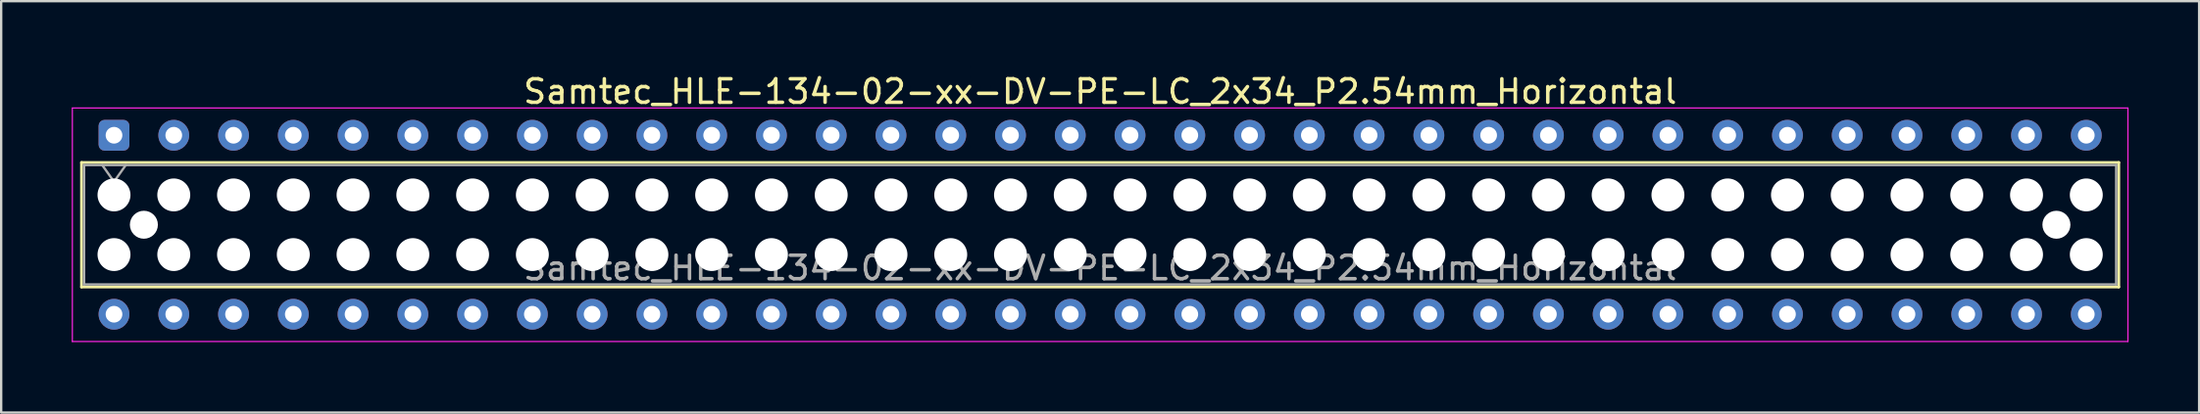
<source format=kicad_pcb>
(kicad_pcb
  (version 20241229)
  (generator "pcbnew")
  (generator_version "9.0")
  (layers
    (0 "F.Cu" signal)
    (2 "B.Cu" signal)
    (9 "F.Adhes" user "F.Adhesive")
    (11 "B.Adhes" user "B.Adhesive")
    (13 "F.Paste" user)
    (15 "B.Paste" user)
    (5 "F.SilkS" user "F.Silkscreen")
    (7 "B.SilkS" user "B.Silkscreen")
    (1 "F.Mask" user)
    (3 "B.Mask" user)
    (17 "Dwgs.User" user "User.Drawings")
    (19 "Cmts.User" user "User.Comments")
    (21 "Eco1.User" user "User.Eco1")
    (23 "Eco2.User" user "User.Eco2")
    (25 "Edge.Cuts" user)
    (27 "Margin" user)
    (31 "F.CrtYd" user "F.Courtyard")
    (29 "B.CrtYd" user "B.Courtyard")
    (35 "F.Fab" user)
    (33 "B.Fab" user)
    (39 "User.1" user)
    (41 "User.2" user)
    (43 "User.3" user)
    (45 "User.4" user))
  (footprint "Samtec_HLE-134-02-xx-DV-PE-LC_2x34_P2.54mm_Horizontal"
    (layer "F.Cu")
    (at 1.795 2.708)
    (property "Reference" "Samtec_HLE-134-02-xx-DV-PE-LC_2x34_P2.54mm_Horizontal" (at 41.91 -1.86 0) (layer "F.SilkS") (effects (font (size 1 1) (thickness 0.15))))
    (attr through_hole)
    (fp_line (start -1.38 1.16) (end 85.2 1.16) (stroke (width 0.12) (type solid)) (layer "F.SilkS"))
    (fp_line (start -1.38 6.46) (end -1.38 1.16) (stroke (width 0.12) (type solid)) (layer "F.SilkS"))
    (fp_line (start 85.2 1.16) (end 85.2 6.46) (stroke (width 0.12) (type solid)) (layer "F.SilkS"))
    (fp_line (start 85.2 6.46) (end -1.38 6.46) (stroke (width 0.12) (type solid)) (layer "F.SilkS"))
    (fp_line (start -1.77 -1.16) (end 85.59 -1.16) (stroke (width 0.05) (type solid)) (layer "F.CrtYd"))
    (fp_line (start -1.77 8.78) (end -1.77 -1.16) (stroke (width 0.05) (type solid)) (layer "F.CrtYd"))
    (fp_line (start 85.59 -1.16) (end 85.59 8.78) (stroke (width 0.05) (type solid)) (layer "F.CrtYd"))
    (fp_line (start 85.59 8.78) (end -1.77 8.78) (stroke (width 0.05) (type solid)) (layer "F.CrtYd"))
    (fp_line (start -1.27 1.27) (end 85.09 1.27) (stroke (width 0.1) (type solid)) (layer "F.Fab"))
    (fp_line (start -1.27 6.35) (end -1.27 1.27) (stroke (width 0.1) (type solid)) (layer "F.Fab"))
    (fp_line (start -0.5 1.27) (end 0 1.977) (stroke (width 0.1) (type solid)) (layer "F.Fab"))
    (fp_line (start 0 1.977) (end 0.5 1.27) (stroke (width 0.1) (type solid)) (layer "F.Fab"))
    (fp_line (start 85.09 1.27) (end 85.09 6.35) (stroke (width 0.1) (type solid)) (layer "F.Fab"))
    (fp_line (start 85.09 6.35) (end -1.27 6.35) (stroke (width 0.1) (type solid)) (layer "F.Fab"))
    (fp_text user "${REFERENCE}" (at 41.91 5.65 0) (layer "F.Fab") (effects (font (size 1 1) (thickness 0.15))))
    (pad "" np_thru_hole circle (at 0 2.54) (size 1.4 1.4) (drill 1.4) (layers "*.Cu" "*.Mask"))
    (pad "" np_thru_hole circle (at 0 5.08) (size 1.4 1.4) (drill 1.4) (layers "*.Cu" "*.Mask"))
    (pad "" np_thru_hole circle (at 1.27 3.81) (size 1.19 1.19) (drill 1.19) (layers "*.Cu" "*.Mask"))
    (pad "" np_thru_hole circle (at 2.54 2.54) (size 1.4 1.4) (drill 1.4) (layers "*.Cu" "*.Mask"))
    (pad "" np_thru_hole circle (at 2.54 5.08) (size 1.4 1.4) (drill 1.4) (layers "*.Cu" "*.Mask"))
    (pad "" np_thru_hole circle (at 5.08 2.54) (size 1.4 1.4) (drill 1.4) (layers "*.Cu" "*.Mask"))
    (pad "" np_thru_hole circle (at 5.08 5.08) (size 1.4 1.4) (drill 1.4) (layers "*.Cu" "*.Mask"))
    (pad "" np_thru_hole circle (at 7.62 2.54) (size 1.4 1.4) (drill 1.4) (layers "*.Cu" "*.Mask"))
    (pad "" np_thru_hole circle (at 7.62 5.08) (size 1.4 1.4) (drill 1.4) (layers "*.Cu" "*.Mask"))
    (pad "" np_thru_hole circle (at 10.16 2.54) (size 1.4 1.4) (drill 1.4) (layers "*.Cu" "*.Mask"))
    (pad "" np_thru_hole circle (at 10.16 5.08) (size 1.4 1.4) (drill 1.4) (layers "*.Cu" "*.Mask"))
    (pad "" np_thru_hole circle (at 12.7 2.54) (size 1.4 1.4) (drill 1.4) (layers "*.Cu" "*.Mask"))
    (pad "" np_thru_hole circle (at 12.7 5.08) (size 1.4 1.4) (drill 1.4) (layers "*.Cu" "*.Mask"))
    (pad "" np_thru_hole circle (at 15.24 2.54) (size 1.4 1.4) (drill 1.4) (layers "*.Cu" "*.Mask"))
    (pad "" np_thru_hole circle (at 15.24 5.08) (size 1.4 1.4) (drill 1.4) (layers "*.Cu" "*.Mask"))
    (pad "" np_thru_hole circle (at 17.78 2.54) (size 1.4 1.4) (drill 1.4) (layers "*.Cu" "*.Mask"))
    (pad "" np_thru_hole circle (at 17.78 5.08) (size 1.4 1.4) (drill 1.4) (layers "*.Cu" "*.Mask"))
    (pad "" np_thru_hole circle (at 20.32 2.54) (size 1.4 1.4) (drill 1.4) (layers "*.Cu" "*.Mask"))
    (pad "" np_thru_hole circle (at 20.32 5.08) (size 1.4 1.4) (drill 1.4) (layers "*.Cu" "*.Mask"))
    (pad "" np_thru_hole circle (at 22.86 2.54) (size 1.4 1.4) (drill 1.4) (layers "*.Cu" "*.Mask"))
    (pad "" np_thru_hole circle (at 22.86 5.08) (size 1.4 1.4) (drill 1.4) (layers "*.Cu" "*.Mask"))
    (pad "" np_thru_hole circle (at 25.4 2.54) (size 1.4 1.4) (drill 1.4) (layers "*.Cu" "*.Mask"))
    (pad "" np_thru_hole circle (at 25.4 5.08) (size 1.4 1.4) (drill 1.4) (layers "*.Cu" "*.Mask"))
    (pad "" np_thru_hole circle (at 27.94 2.54) (size 1.4 1.4) (drill 1.4) (layers "*.Cu" "*.Mask"))
    (pad "" np_thru_hole circle (at 27.94 5.08) (size 1.4 1.4) (drill 1.4) (layers "*.Cu" "*.Mask"))
    (pad "" np_thru_hole circle (at 30.48 2.54) (size 1.4 1.4) (drill 1.4) (layers "*.Cu" "*.Mask"))
    (pad "" np_thru_hole circle (at 30.48 5.08) (size 1.4 1.4) (drill 1.4) (layers "*.Cu" "*.Mask"))
    (pad "" np_thru_hole circle (at 33.02 2.54) (size 1.4 1.4) (drill 1.4) (layers "*.Cu" "*.Mask"))
    (pad "" np_thru_hole circle (at 33.02 5.08) (size 1.4 1.4) (drill 1.4) (layers "*.Cu" "*.Mask"))
    (pad "" np_thru_hole circle (at 35.56 2.54) (size 1.4 1.4) (drill 1.4) (layers "*.Cu" "*.Mask"))
    (pad "" np_thru_hole circle (at 35.56 5.08) (size 1.4 1.4) (drill 1.4) (layers "*.Cu" "*.Mask"))
    (pad "" np_thru_hole circle (at 38.1 2.54) (size 1.4 1.4) (drill 1.4) (layers "*.Cu" "*.Mask"))
    (pad "" np_thru_hole circle (at 38.1 5.08) (size 1.4 1.4) (drill 1.4) (layers "*.Cu" "*.Mask"))
    (pad "" np_thru_hole circle (at 40.64 2.54) (size 1.4 1.4) (drill 1.4) (layers "*.Cu" "*.Mask"))
    (pad "" np_thru_hole circle (at 40.64 5.08) (size 1.4 1.4) (drill 1.4) (layers "*.Cu" "*.Mask"))
    (pad "" np_thru_hole circle (at 43.18 2.54) (size 1.4 1.4) (drill 1.4) (layers "*.Cu" "*.Mask"))
    (pad "" np_thru_hole circle (at 43.18 5.08) (size 1.4 1.4) (drill 1.4) (layers "*.Cu" "*.Mask"))
    (pad "" np_thru_hole circle (at 45.72 2.54) (size 1.4 1.4) (drill 1.4) (layers "*.Cu" "*.Mask"))
    (pad "" np_thru_hole circle (at 45.72 5.08) (size 1.4 1.4) (drill 1.4) (layers "*.Cu" "*.Mask"))
    (pad "" np_thru_hole circle (at 48.26 2.54) (size 1.4 1.4) (drill 1.4) (layers "*.Cu" "*.Mask"))
    (pad "" np_thru_hole circle (at 48.26 5.08) (size 1.4 1.4) (drill 1.4) (layers "*.Cu" "*.Mask"))
    (pad "" np_thru_hole circle (at 50.8 2.54) (size 1.4 1.4) (drill 1.4) (layers "*.Cu" "*.Mask"))
    (pad "" np_thru_hole circle (at 50.8 5.08) (size 1.4 1.4) (drill 1.4) (layers "*.Cu" "*.Mask"))
    (pad "" np_thru_hole circle (at 53.34 2.54) (size 1.4 1.4) (drill 1.4) (layers "*.Cu" "*.Mask"))
    (pad "" np_thru_hole circle (at 53.34 5.08) (size 1.4 1.4) (drill 1.4) (layers "*.Cu" "*.Mask"))
    (pad "" np_thru_hole circle (at 55.88 2.54) (size 1.4 1.4) (drill 1.4) (layers "*.Cu" "*.Mask"))
    (pad "" np_thru_hole circle (at 55.88 5.08) (size 1.4 1.4) (drill 1.4) (layers "*.Cu" "*.Mask"))
    (pad "" np_thru_hole circle (at 58.42 2.54) (size 1.4 1.4) (drill 1.4) (layers "*.Cu" "*.Mask"))
    (pad "" np_thru_hole circle (at 58.42 5.08) (size 1.4 1.4) (drill 1.4) (layers "*.Cu" "*.Mask"))
    (pad "" np_thru_hole circle (at 60.96 2.54) (size 1.4 1.4) (drill 1.4) (layers "*.Cu" "*.Mask"))
    (pad "" np_thru_hole circle (at 60.96 5.08) (size 1.4 1.4) (drill 1.4) (layers "*.Cu" "*.Mask"))
    (pad "" np_thru_hole circle (at 63.5 2.54) (size 1.4 1.4) (drill 1.4) (layers "*.Cu" "*.Mask"))
    (pad "" np_thru_hole circle (at 63.5 5.08) (size 1.4 1.4) (drill 1.4) (layers "*.Cu" "*.Mask"))
    (pad "" np_thru_hole circle (at 66.04 2.54) (size 1.4 1.4) (drill 1.4) (layers "*.Cu" "*.Mask"))
    (pad "" np_thru_hole circle (at 66.04 5.08) (size 1.4 1.4) (drill 1.4) (layers "*.Cu" "*.Mask"))
    (pad "" np_thru_hole circle (at 68.58 2.54) (size 1.4 1.4) (drill 1.4) (layers "*.Cu" "*.Mask"))
    (pad "" np_thru_hole circle (at 68.58 5.08) (size 1.4 1.4) (drill 1.4) (layers "*.Cu" "*.Mask"))
    (pad "" np_thru_hole circle (at 71.12 2.54) (size 1.4 1.4) (drill 1.4) (layers "*.Cu" "*.Mask"))
    (pad "" np_thru_hole circle (at 71.12 5.08) (size 1.4 1.4) (drill 1.4) (layers "*.Cu" "*.Mask"))
    (pad "" np_thru_hole circle (at 73.66 2.54) (size 1.4 1.4) (drill 1.4) (layers "*.Cu" "*.Mask"))
    (pad "" np_thru_hole circle (at 73.66 5.08) (size 1.4 1.4) (drill 1.4) (layers "*.Cu" "*.Mask"))
    (pad "" np_thru_hole circle (at 76.2 2.54) (size 1.4 1.4) (drill 1.4) (layers "*.Cu" "*.Mask"))
    (pad "" np_thru_hole circle (at 76.2 5.08) (size 1.4 1.4) (drill 1.4) (layers "*.Cu" "*.Mask"))
    (pad "" np_thru_hole circle (at 78.74 2.54) (size 1.4 1.4) (drill 1.4) (layers "*.Cu" "*.Mask"))
    (pad "" np_thru_hole circle (at 78.74 5.08) (size 1.4 1.4) (drill 1.4) (layers "*.Cu" "*.Mask"))
    (pad "" np_thru_hole circle (at 81.28 2.54) (size 1.4 1.4) (drill 1.4) (layers "*.Cu" "*.Mask"))
    (pad "" np_thru_hole circle (at 81.28 5.08) (size 1.4 1.4) (drill 1.4) (layers "*.Cu" "*.Mask"))
    (pad "" np_thru_hole circle (at 82.55 3.81) (size 1.19 1.19) (drill 1.19) (layers "*.Cu" "*.Mask"))
    (pad "" np_thru_hole circle (at 83.82 2.54) (size 1.4 1.4) (drill 1.4) (layers "*.Cu" "*.Mask"))
    (pad "" np_thru_hole circle (at 83.82 5.08) (size 1.4 1.4) (drill 1.4) (layers "*.Cu" "*.Mask"))
    (pad "1" thru_hole roundrect (at 0 0) (size 1.31 1.31) (drill 0.71) (layers "*.Cu" "*.Mask") (roundrect_rratio 0.191))
    (pad "2" thru_hole circle (at 0 7.62) (size 1.31 1.31) (drill 0.71) (layers "*.Cu" "*.Mask"))
    (pad "3" thru_hole circle (at 2.54 0) (size 1.31 1.31) (drill 0.71) (layers "*.Cu" "*.Mask"))
    (pad "4" thru_hole circle (at 2.54 7.62) (size 1.31 1.31) (drill 0.71) (layers "*.Cu" "*.Mask"))
    (pad "5" thru_hole circle (at 5.08 0) (size 1.31 1.31) (drill 0.71) (layers "*.Cu" "*.Mask"))
    (pad "6" thru_hole circle (at 5.08 7.62) (size 1.31 1.31) (drill 0.71) (layers "*.Cu" "*.Mask"))
    (pad "7" thru_hole circle (at 7.62 0) (size 1.31 1.31) (drill 0.71) (layers "*.Cu" "*.Mask"))
    (pad "8" thru_hole circle (at 7.62 7.62) (size 1.31 1.31) (drill 0.71) (layers "*.Cu" "*.Mask"))
    (pad "9" thru_hole circle (at 10.16 0) (size 1.31 1.31) (drill 0.71) (layers "*.Cu" "*.Mask"))
    (pad "10" thru_hole circle (at 10.16 7.62) (size 1.31 1.31) (drill 0.71) (layers "*.Cu" "*.Mask"))
    (pad "11" thru_hole circle (at 12.7 0) (size 1.31 1.31) (drill 0.71) (layers "*.Cu" "*.Mask"))
    (pad "12" thru_hole circle (at 12.7 7.62) (size 1.31 1.31) (drill 0.71) (layers "*.Cu" "*.Mask"))
    (pad "13" thru_hole circle (at 15.24 0) (size 1.31 1.31) (drill 0.71) (layers "*.Cu" "*.Mask"))
    (pad "14" thru_hole circle (at 15.24 7.62) (size 1.31 1.31) (drill 0.71) (layers "*.Cu" "*.Mask"))
    (pad "15" thru_hole circle (at 17.78 0) (size 1.31 1.31) (drill 0.71) (layers "*.Cu" "*.Mask"))
    (pad "16" thru_hole circle (at 17.78 7.62) (size 1.31 1.31) (drill 0.71) (layers "*.Cu" "*.Mask"))
    (pad "17" thru_hole circle (at 20.32 0) (size 1.31 1.31) (drill 0.71) (layers "*.Cu" "*.Mask"))
    (pad "18" thru_hole circle (at 20.32 7.62) (size 1.31 1.31) (drill 0.71) (layers "*.Cu" "*.Mask"))
    (pad "19" thru_hole circle (at 22.86 0) (size 1.31 1.31) (drill 0.71) (layers "*.Cu" "*.Mask"))
    (pad "20" thru_hole circle (at 22.86 7.62) (size 1.31 1.31) (drill 0.71) (layers "*.Cu" "*.Mask"))
    (pad "21" thru_hole circle (at 25.4 0) (size 1.31 1.31) (drill 0.71) (layers "*.Cu" "*.Mask"))
    (pad "22" thru_hole circle (at 25.4 7.62) (size 1.31 1.31) (drill 0.71) (layers "*.Cu" "*.Mask"))
    (pad "23" thru_hole circle (at 27.94 0) (size 1.31 1.31) (drill 0.71) (layers "*.Cu" "*.Mask"))
    (pad "24" thru_hole circle (at 27.94 7.62) (size 1.31 1.31) (drill 0.71) (layers "*.Cu" "*.Mask"))
    (pad "25" thru_hole circle (at 30.48 0) (size 1.31 1.31) (drill 0.71) (layers "*.Cu" "*.Mask"))
    (pad "26" thru_hole circle (at 30.48 7.62) (size 1.31 1.31) (drill 0.71) (layers "*.Cu" "*.Mask"))
    (pad "27" thru_hole circle (at 33.02 0) (size 1.31 1.31) (drill 0.71) (layers "*.Cu" "*.Mask"))
    (pad "28" thru_hole circle (at 33.02 7.62) (size 1.31 1.31) (drill 0.71) (layers "*.Cu" "*.Mask"))
    (pad "29" thru_hole circle (at 35.56 0) (size 1.31 1.31) (drill 0.71) (layers "*.Cu" "*.Mask"))
    (pad "30" thru_hole circle (at 35.56 7.62) (size 1.31 1.31) (drill 0.71) (layers "*.Cu" "*.Mask"))
    (pad "31" thru_hole circle (at 38.1 0) (size 1.31 1.31) (drill 0.71) (layers "*.Cu" "*.Mask"))
    (pad "32" thru_hole circle (at 38.1 7.62) (size 1.31 1.31) (drill 0.71) (layers "*.Cu" "*.Mask"))
    (pad "33" thru_hole circle (at 40.64 0) (size 1.31 1.31) (drill 0.71) (layers "*.Cu" "*.Mask"))
    (pad "34" thru_hole circle (at 40.64 7.62) (size 1.31 1.31) (drill 0.71) (layers "*.Cu" "*.Mask"))
    (pad "35" thru_hole circle (at 43.18 0) (size 1.31 1.31) (drill 0.71) (layers "*.Cu" "*.Mask"))
    (pad "36" thru_hole circle (at 43.18 7.62) (size 1.31 1.31) (drill 0.71) (layers "*.Cu" "*.Mask"))
    (pad "37" thru_hole circle (at 45.72 0) (size 1.31 1.31) (drill 0.71) (layers "*.Cu" "*.Mask"))
    (pad "38" thru_hole circle (at 45.72 7.62) (size 1.31 1.31) (drill 0.71) (layers "*.Cu" "*.Mask"))
    (pad "39" thru_hole circle (at 48.26 0) (size 1.31 1.31) (drill 0.71) (layers "*.Cu" "*.Mask"))
    (pad "40" thru_hole circle (at 48.26 7.62) (size 1.31 1.31) (drill 0.71) (layers "*.Cu" "*.Mask"))
    (pad "41" thru_hole circle (at 50.8 0) (size 1.31 1.31) (drill 0.71) (layers "*.Cu" "*.Mask"))
    (pad "42" thru_hole circle (at 50.8 7.62) (size 1.31 1.31) (drill 0.71) (layers "*.Cu" "*.Mask"))
    (pad "43" thru_hole circle (at 53.34 0) (size 1.31 1.31) (drill 0.71) (layers "*.Cu" "*.Mask"))
    (pad "44" thru_hole circle (at 53.34 7.62) (size 1.31 1.31) (drill 0.71) (layers "*.Cu" "*.Mask"))
    (pad "45" thru_hole circle (at 55.88 0) (size 1.31 1.31) (drill 0.71) (layers "*.Cu" "*.Mask"))
    (pad "46" thru_hole circle (at 55.88 7.62) (size 1.31 1.31) (drill 0.71) (layers "*.Cu" "*.Mask"))
    (pad "47" thru_hole circle (at 58.42 0) (size 1.31 1.31) (drill 0.71) (layers "*.Cu" "*.Mask"))
    (pad "48" thru_hole circle (at 58.42 7.62) (size 1.31 1.31) (drill 0.71) (layers "*.Cu" "*.Mask"))
    (pad "49" thru_hole circle (at 60.96 0) (size 1.31 1.31) (drill 0.71) (layers "*.Cu" "*.Mask"))
    (pad "50" thru_hole circle (at 60.96 7.62) (size 1.31 1.31) (drill 0.71) (layers "*.Cu" "*.Mask"))
    (pad "51" thru_hole circle (at 63.5 0) (size 1.31 1.31) (drill 0.71) (layers "*.Cu" "*.Mask"))
    (pad "52" thru_hole circle (at 63.5 7.62) (size 1.31 1.31) (drill 0.71) (layers "*.Cu" "*.Mask"))
    (pad "53" thru_hole circle (at 66.04 0) (size 1.31 1.31) (drill 0.71) (layers "*.Cu" "*.Mask"))
    (pad "54" thru_hole circle (at 66.04 7.62) (size 1.31 1.31) (drill 0.71) (layers "*.Cu" "*.Mask"))
    (pad "55" thru_hole circle (at 68.58 0) (size 1.31 1.31) (drill 0.71) (layers "*.Cu" "*.Mask"))
    (pad "56" thru_hole circle (at 68.58 7.62) (size 1.31 1.31) (drill 0.71) (layers "*.Cu" "*.Mask"))
    (pad "57" thru_hole circle (at 71.12 0) (size 1.31 1.31) (drill 0.71) (layers "*.Cu" "*.Mask"))
    (pad "58" thru_hole circle (at 71.12 7.62) (size 1.31 1.31) (drill 0.71) (layers "*.Cu" "*.Mask"))
    (pad "59" thru_hole circle (at 73.66 0) (size 1.31 1.31) (drill 0.71) (layers "*.Cu" "*.Mask"))
    (pad "60" thru_hole circle (at 73.66 7.62) (size 1.31 1.31) (drill 0.71) (layers "*.Cu" "*.Mask"))
    (pad "61" thru_hole circle (at 76.2 0) (size 1.31 1.31) (drill 0.71) (layers "*.Cu" "*.Mask"))
    (pad "62" thru_hole circle (at 76.2 7.62) (size 1.31 1.31) (drill 0.71) (layers "*.Cu" "*.Mask"))
    (pad "63" thru_hole circle (at 78.74 0) (size 1.31 1.31) (drill 0.71) (layers "*.Cu" "*.Mask"))
    (pad "64" thru_hole circle (at 78.74 7.62) (size 1.31 1.31) (drill 0.71) (layers "*.Cu" "*.Mask"))
    (pad "65" thru_hole circle (at 81.28 0) (size 1.31 1.31) (drill 0.71) (layers "*.Cu" "*.Mask"))
    (pad "66" thru_hole circle (at 81.28 7.62) (size 1.31 1.31) (drill 0.71) (layers "*.Cu" "*.Mask"))
    (pad "67" thru_hole circle (at 83.82 0) (size 1.31 1.31) (drill 0.71) (layers "*.Cu" "*.Mask"))
    (pad "68" thru_hole circle (at 83.82 7.62) (size 1.31 1.31) (drill 0.71) (layers "*.Cu" "*.Mask")))
  (gr_rect
    (start -3 -3)
    (end 90.41 14.513)
    (stroke (width 0.1) (type default))
    (fill no)
    (layer "Edge.Cuts")))
</source>
